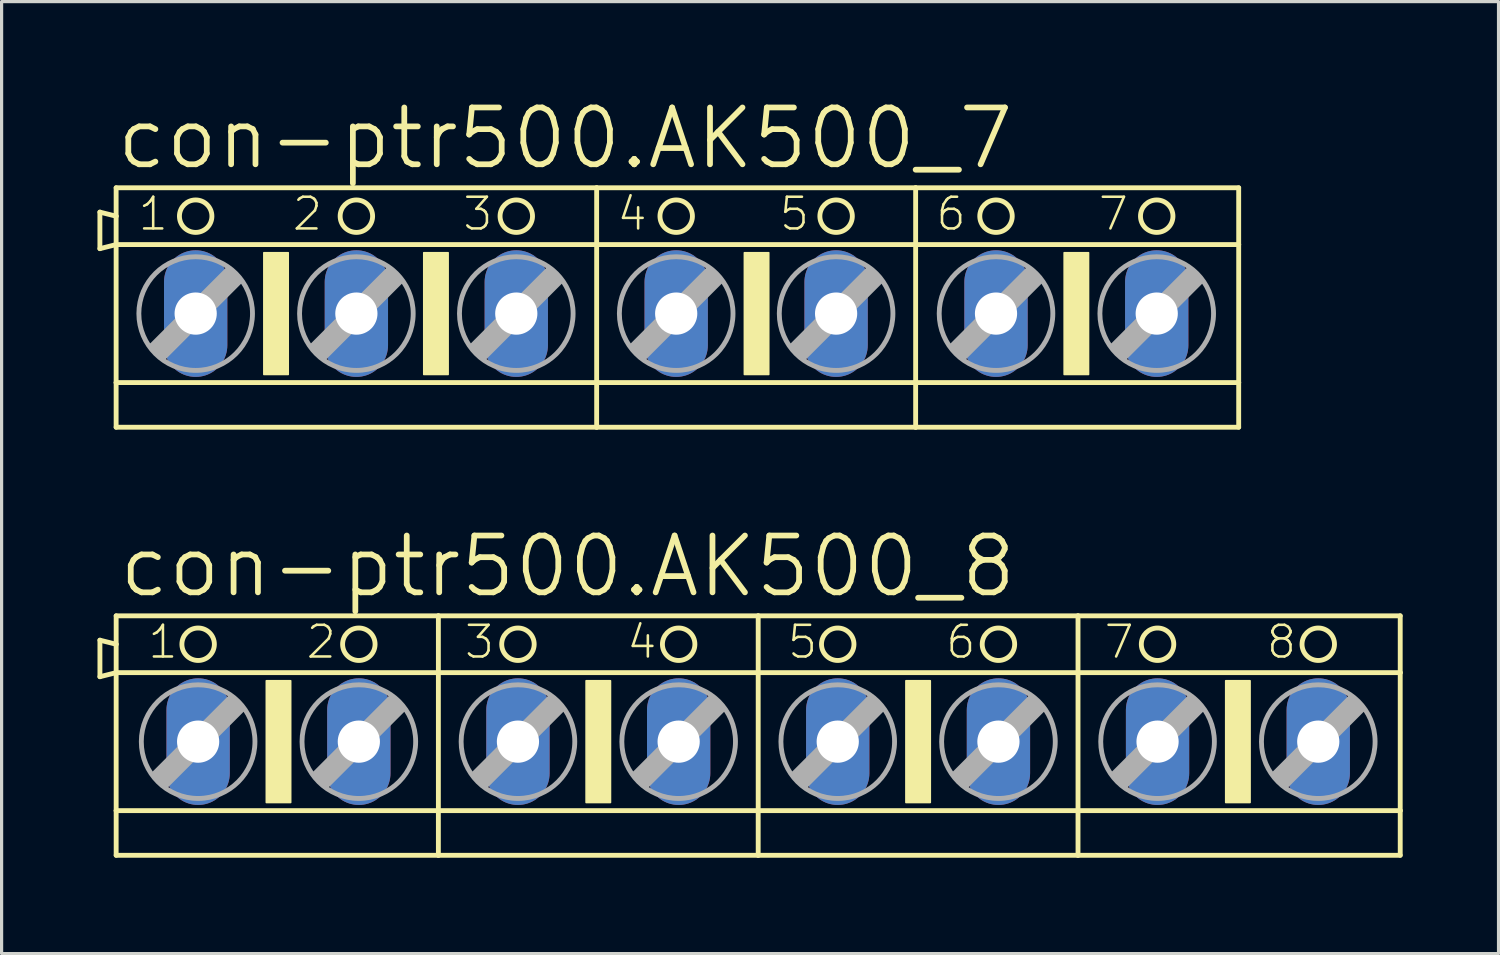
<source format=kicad_pcb>
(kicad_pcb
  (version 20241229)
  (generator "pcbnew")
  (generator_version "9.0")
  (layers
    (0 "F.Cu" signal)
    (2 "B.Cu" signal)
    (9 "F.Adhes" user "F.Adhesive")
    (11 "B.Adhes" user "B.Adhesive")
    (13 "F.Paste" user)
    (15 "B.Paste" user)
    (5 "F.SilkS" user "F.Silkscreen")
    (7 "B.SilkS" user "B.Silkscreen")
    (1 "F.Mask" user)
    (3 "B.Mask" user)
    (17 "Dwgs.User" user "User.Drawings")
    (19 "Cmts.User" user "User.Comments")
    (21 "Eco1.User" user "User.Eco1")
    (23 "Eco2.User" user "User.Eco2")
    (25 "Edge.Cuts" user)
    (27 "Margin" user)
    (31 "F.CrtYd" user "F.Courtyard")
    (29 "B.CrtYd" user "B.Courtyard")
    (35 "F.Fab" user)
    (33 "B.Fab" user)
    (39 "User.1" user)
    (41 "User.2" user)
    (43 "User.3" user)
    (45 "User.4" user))
  (footprint "con-ptr500.AK500_7"
    (layer "F.Cu")
    (at 18.11 6.763)
    (property "Reference" "con-ptr500.AK500_7" (at -17.602 -4.445 0) (layer "F.SilkS") (effects (font (size 1.778 1.778) (thickness 0.18)) (justify left bottom)))
    (attr through_hole)
    (fp_line (start -18.034 -3.175) (end -18.034 -2.032) (stroke (width 0.152) (type default)) (layer "F.SilkS"))
    (fp_line (start -18.034 -2.032) (end -17.526 -2.159) (stroke (width 0.152) (type default)) (layer "F.SilkS"))
    (fp_line (start -17.526 -3.048) (end -18.034 -3.175) (stroke (width 0.152) (type default)) (layer "F.SilkS"))
    (fp_line (start -17.526 -3.048) (end -17.526 -3.937) (stroke (width 0.152) (type default)) (layer "F.SilkS"))
    (fp_line (start -17.526 -2.159) (end -17.526 -3.048) (stroke (width 0.152) (type default)) (layer "F.SilkS"))
    (fp_line (start -17.526 -2.159) (end -2.489 -2.159) (stroke (width 0.152) (type default)) (layer "F.SilkS"))
    (fp_line (start -17.526 2.159) (end -17.526 -2.159) (stroke (width 0.152) (type default)) (layer "F.SilkS"))
    (fp_line (start -17.526 2.159) (end -2.489 2.159) (stroke (width 0.152) (type default)) (layer "F.SilkS"))
    (fp_line (start -17.526 3.556) (end -17.526 2.159) (stroke (width 0.152) (type default)) (layer "F.SilkS"))
    (fp_line (start -17.526 3.556) (end -2.489 3.556) (stroke (width 0.152) (type default)) (layer "F.SilkS"))
    (fp_line (start -2.489 -3.937) (end -17.526 -3.937) (stroke (width 0.152) (type default)) (layer "F.SilkS"))
    (fp_line (start -2.489 -2.159) (end -2.489 -3.937) (stroke (width 0.152) (type default)) (layer "F.SilkS"))
    (fp_line (start -2.489 -2.159) (end 7.493 -2.159) (stroke (width 0.152) (type default)) (layer "F.SilkS"))
    (fp_line (start -2.489 2.159) (end -2.489 -2.159) (stroke (width 0.152) (type default)) (layer "F.SilkS"))
    (fp_line (start -2.489 2.159) (end 7.493 2.159) (stroke (width 0.152) (type default)) (layer "F.SilkS"))
    (fp_line (start -2.489 3.556) (end -2.489 2.159) (stroke (width 0.152) (type default)) (layer "F.SilkS"))
    (fp_line (start -2.489 3.556) (end 7.493 3.556) (stroke (width 0.152) (type default)) (layer "F.SilkS"))
    (fp_line (start 7.493 -3.937) (end -2.489 -3.937) (stroke (width 0.152) (type default)) (layer "F.SilkS"))
    (fp_line (start 7.493 -2.159) (end 7.493 -3.937) (stroke (width 0.152) (type default)) (layer "F.SilkS"))
    (fp_line (start 7.493 -2.159) (end 17.602 -2.159) (stroke (width 0.152) (type default)) (layer "F.SilkS"))
    (fp_line (start 7.493 2.159) (end 7.493 -2.159) (stroke (width 0.152) (type default)) (layer "F.SilkS"))
    (fp_line (start 7.493 2.159) (end 17.602 2.159) (stroke (width 0.152) (type default)) (layer "F.SilkS"))
    (fp_line (start 7.493 3.556) (end 7.493 2.159) (stroke (width 0.152) (type default)) (layer "F.SilkS"))
    (fp_line (start 7.493 3.556) (end 17.602 3.556) (stroke (width 0.152) (type default)) (layer "F.SilkS"))
    (fp_line (start 17.602 -3.937) (end 7.493 -3.937) (stroke (width 0.152) (type default)) (layer "F.SilkS"))
    (fp_line (start 17.602 -3.937) (end 17.602 -2.159) (stroke (width 0.152) (type default)) (layer "F.SilkS"))
    (fp_line (start 17.602 -2.159) (end 17.602 2.159) (stroke (width 0.152) (type default)) (layer "F.SilkS"))
    (fp_line (start 17.602 2.159) (end 17.602 3.556) (stroke (width 0.152) (type default)) (layer "F.SilkS"))
    (fp_rect (start -12.903 1.905) (end -12.141 -1.905) (stroke (width 0.05) (type default)) (fill yes) (layer "F.SilkS"))
    (fp_rect (start -7.899 1.905) (end -7.137 -1.905) (stroke (width 0.05) (type default)) (fill yes) (layer "F.SilkS"))
    (fp_rect (start 2.134 1.905) (end 2.896 -1.905) (stroke (width 0.05) (type default)) (fill yes) (layer "F.SilkS"))
    (fp_rect (start 12.141 1.905) (end 12.903 -1.905) (stroke (width 0.05) (type default)) (fill yes) (layer "F.SilkS"))
    (fp_circle (center -15.037 -3.048) (end -14.529 -3.048) (stroke (width 0.152) (type default)) (fill no) (layer "F.SilkS"))
    (fp_circle (center -10.008 -3.048) (end -9.5 -3.048) (stroke (width 0.152) (type default)) (fill no) (layer "F.SilkS"))
    (fp_circle (center -5.004 -3.048) (end -4.496 -3.048) (stroke (width 0.152) (type default)) (fill no) (layer "F.SilkS"))
    (fp_circle (center 0 -3.048) (end 0.508 -3.048) (stroke (width 0.152) (type default)) (fill no) (layer "F.SilkS"))
    (fp_circle (center 5.004 -3.048) (end 5.512 -3.048) (stroke (width 0.152) (type default)) (fill no) (layer "F.SilkS"))
    (fp_circle (center 10.008 -3.048) (end 10.516 -3.048) (stroke (width 0.152) (type default)) (fill no) (layer "F.SilkS"))
    (fp_circle (center 15.037 -3.048) (end 15.545 -3.048) (stroke (width 0.152) (type default)) (fill no) (layer "F.SilkS"))
    (fp_line (start -16.434 1.016) (end -16.053 1.397) (stroke (width 0.152) (type default)) (layer "F.Fab"))
    (fp_line (start -16.434 1.016) (end -14.021 -1.397) (stroke (width 0.152) (type default)) (layer "F.Fab"))
    (fp_line (start -16.053 1.016) (end -14.021 -1.016) (stroke (width 0.61) (type default)) (layer "F.Fab"))
    (fp_line (start -16.053 1.397) (end -13.64 -1.016) (stroke (width 0.152) (type default)) (layer "F.Fab"))
    (fp_line (start -14.021 -1.397) (end -13.64 -1.016) (stroke (width 0.152) (type default)) (layer "F.Fab"))
    (fp_line (start -11.405 1.016) (end -11.024 1.397) (stroke (width 0.152) (type default)) (layer "F.Fab"))
    (fp_line (start -11.405 1.016) (end -8.992 -1.397) (stroke (width 0.152) (type default)) (layer "F.Fab"))
    (fp_line (start -11.024 1.016) (end -8.992 -1.016) (stroke (width 0.61) (type default)) (layer "F.Fab"))
    (fp_line (start -11.024 1.397) (end -8.611 -1.016) (stroke (width 0.152) (type default)) (layer "F.Fab"))
    (fp_line (start -8.992 -1.397) (end -8.611 -1.016) (stroke (width 0.152) (type default)) (layer "F.Fab"))
    (fp_line (start -6.401 1.016) (end -6.02 1.397) (stroke (width 0.152) (type default)) (layer "F.Fab"))
    (fp_line (start -6.401 1.016) (end -3.988 -1.397) (stroke (width 0.152) (type default)) (layer "F.Fab"))
    (fp_line (start -6.02 1.016) (end -3.988 -1.016) (stroke (width 0.61) (type default)) (layer "F.Fab"))
    (fp_line (start -6.02 1.397) (end -3.607 -1.016) (stroke (width 0.152) (type default)) (layer "F.Fab"))
    (fp_line (start -3.988 -1.397) (end -3.607 -1.016) (stroke (width 0.152) (type default)) (layer "F.Fab"))
    (fp_line (start -1.397 1.016) (end -1.016 1.397) (stroke (width 0.152) (type default)) (layer "F.Fab"))
    (fp_line (start -1.397 1.016) (end 1.016 -1.397) (stroke (width 0.152) (type default)) (layer "F.Fab"))
    (fp_line (start -1.016 1.016) (end 1.016 -1.016) (stroke (width 0.61) (type default)) (layer "F.Fab"))
    (fp_line (start -1.016 1.397) (end 1.397 -1.016) (stroke (width 0.152) (type default)) (layer "F.Fab"))
    (fp_line (start 1.016 -1.397) (end 1.397 -1.016) (stroke (width 0.152) (type default)) (layer "F.Fab"))
    (fp_line (start 3.607 1.016) (end 3.988 1.397) (stroke (width 0.152) (type default)) (layer "F.Fab"))
    (fp_line (start 3.607 1.016) (end 6.02 -1.397) (stroke (width 0.152) (type default)) (layer "F.Fab"))
    (fp_line (start 3.988 1.016) (end 6.02 -1.016) (stroke (width 0.61) (type default)) (layer "F.Fab"))
    (fp_line (start 3.988 1.397) (end 6.401 -1.016) (stroke (width 0.152) (type default)) (layer "F.Fab"))
    (fp_line (start 6.02 -1.397) (end 6.401 -1.016) (stroke (width 0.152) (type default)) (layer "F.Fab"))
    (fp_line (start 8.611 1.016) (end 8.992 1.397) (stroke (width 0.152) (type default)) (layer "F.Fab"))
    (fp_line (start 8.611 1.016) (end 11.024 -1.397) (stroke (width 0.152) (type default)) (layer "F.Fab"))
    (fp_line (start 8.992 1.016) (end 11.024 -1.016) (stroke (width 0.61) (type default)) (layer "F.Fab"))
    (fp_line (start 8.992 1.397) (end 11.405 -1.016) (stroke (width 0.152) (type default)) (layer "F.Fab"))
    (fp_line (start 11.024 -1.397) (end 11.405 -1.016) (stroke (width 0.152) (type default)) (layer "F.Fab"))
    (fp_line (start 13.64 1.016) (end 14.021 1.397) (stroke (width 0.152) (type default)) (layer "F.Fab"))
    (fp_line (start 13.64 1.016) (end 16.053 -1.397) (stroke (width 0.152) (type default)) (layer "F.Fab"))
    (fp_line (start 14.021 1.016) (end 16.053 -1.016) (stroke (width 0.61) (type default)) (layer "F.Fab"))
    (fp_line (start 14.021 1.397) (end 16.434 -1.016) (stroke (width 0.152) (type default)) (layer "F.Fab"))
    (fp_line (start 16.053 -1.397) (end 16.434 -1.016) (stroke (width 0.152) (type default)) (layer "F.Fab"))
    (fp_circle (center -15.037 0) (end -13.259 0) (stroke (width 0.152) (type default)) (fill no) (layer "F.Fab"))
    (fp_circle (center -10.008 0) (end -8.23 0) (stroke (width 0.152) (type default)) (fill no) (layer "F.Fab"))
    (fp_circle (center -5.004 0) (end -3.226 0) (stroke (width 0.152) (type default)) (fill no) (layer "F.Fab"))
    (fp_circle (center 0 0) (end 1.778 0) (stroke (width 0.152) (type default)) (fill no) (layer "F.Fab"))
    (fp_circle (center 5.004 0) (end 6.782 0) (stroke (width 0.152) (type default)) (fill no) (layer "F.Fab"))
    (fp_circle (center 10.008 0) (end 11.786 0) (stroke (width 0.152) (type default)) (fill no) (layer "F.Fab"))
    (fp_circle (center 15.037 0) (end 16.815 0) (stroke (width 0.152) (type default)) (fill no) (layer "F.Fab"))
    (fp_text user "2" (at -12.065 -2.54 0) (layer "F.SilkS") (effects (font (size 0.991 0.991) (thickness 0.08)) (justify left bottom)))
    (fp_text user "6" (at 8.077 -2.54 0) (layer "F.SilkS") (effects (font (size 0.991 0.991) (thickness 0.08)) (justify left bottom)))
    (fp_text user "7" (at 13.157 -2.54 0) (layer "F.SilkS") (effects (font (size 0.991 0.991) (thickness 0.08)) (justify left bottom)))
    (fp_text user "3" (at -6.731 -2.54 0) (layer "F.SilkS") (effects (font (size 0.991 0.991) (thickness 0.08)) (justify left bottom)))
    (fp_text user "4" (at -1.905 -2.54 0) (layer "F.SilkS") (effects (font (size 0.991 0.991) (thickness 0.08)) (justify left bottom)))
    (fp_text user "1" (at -16.891 -2.54 0) (layer "F.SilkS") (effects (font (size 0.991 0.991) (thickness 0.08)) (justify left bottom)))
    (fp_text user "5" (at 3.175 -2.54 0) (layer "F.SilkS") (effects (font (size 0.991 0.991) (thickness 0.08)) (justify left bottom)))
    (pad "1" thru_hole oval (at -15.037 0 90) (size 3.962 1.981) (drill 1.321) (layers "*.Cu" "*.Mask"))
    (pad "2" thru_hole oval (at -10.008 0 90) (size 3.962 1.981) (drill 1.321) (layers "*.Cu" "*.Mask"))
    (pad "3" thru_hole oval (at -5.004 0 90) (size 3.962 1.981) (drill 1.321) (layers "*.Cu" "*.Mask"))
    (pad "4" thru_hole oval (at 0 0 90) (size 3.962 1.981) (drill 1.321) (layers "*.Cu" "*.Mask"))
    (pad "5" thru_hole oval (at 5.004 0 90) (size 3.962 1.981) (drill 1.321) (layers "*.Cu" "*.Mask"))
    (pad "6" thru_hole oval (at 10.008 0 90) (size 3.962 1.981) (drill 1.321) (layers "*.Cu" "*.Mask"))
    (pad "7" thru_hole oval (at 15.037 0 90) (size 3.962 1.981) (drill 1.321) (layers "*.Cu" "*.Mask")))
  (footprint "con-ptr500.AK500_8"
    (layer "F.Cu")
    (at 20.676 20.158)
    (property "Reference" "con-ptr500.AK500_8" (at -20.091 -4.445 0) (layer "F.SilkS") (effects (font (size 1.778 1.778) (thickness 0.18)) (justify left bottom)))
    (attr through_hole)
    (fp_line (start -20.599 -3.175) (end -20.599 -2.032) (stroke (width 0.152) (type default)) (layer "F.SilkS"))
    (fp_line (start -20.599 -2.032) (end -20.091 -2.159) (stroke (width 0.152) (type default)) (layer "F.SilkS"))
    (fp_line (start -20.091 -3.048) (end -20.599 -3.175) (stroke (width 0.152) (type default)) (layer "F.SilkS"))
    (fp_line (start -20.091 -3.048) (end -20.091 -3.937) (stroke (width 0.152) (type default)) (layer "F.SilkS"))
    (fp_line (start -20.091 -2.159) (end -20.091 -3.048) (stroke (width 0.152) (type default)) (layer "F.SilkS"))
    (fp_line (start -20.091 -2.159) (end -10.008 -2.159) (stroke (width 0.152) (type default)) (layer "F.SilkS"))
    (fp_line (start -20.091 2.159) (end -20.091 -2.159) (stroke (width 0.152) (type default)) (layer "F.SilkS"))
    (fp_line (start -20.091 2.159) (end -10.008 2.159) (stroke (width 0.152) (type default)) (layer "F.SilkS"))
    (fp_line (start -20.091 3.556) (end -20.091 2.159) (stroke (width 0.152) (type default)) (layer "F.SilkS"))
    (fp_line (start -20.091 3.556) (end -10.008 3.556) (stroke (width 0.152) (type default)) (layer "F.SilkS"))
    (fp_line (start -10.008 -3.937) (end -20.091 -3.937) (stroke (width 0.152) (type default)) (layer "F.SilkS"))
    (fp_line (start -10.008 -2.159) (end -10.008 -3.937) (stroke (width 0.152) (type default)) (layer "F.SilkS"))
    (fp_line (start -10.008 -2.159) (end 0 -2.159) (stroke (width 0.152) (type default)) (layer "F.SilkS"))
    (fp_line (start -10.008 2.159) (end -10.008 -2.159) (stroke (width 0.152) (type default)) (layer "F.SilkS"))
    (fp_line (start -10.008 2.159) (end 0 2.159) (stroke (width 0.152) (type default)) (layer "F.SilkS"))
    (fp_line (start -10.008 3.556) (end -10.008 2.159) (stroke (width 0.152) (type default)) (layer "F.SilkS"))
    (fp_line (start -10.008 3.556) (end 0 3.556) (stroke (width 0.152) (type default)) (layer "F.SilkS"))
    (fp_line (start 0 -3.937) (end -10.008 -3.937) (stroke (width 0.152) (type default)) (layer "F.SilkS"))
    (fp_line (start 0 -2.159) (end 0 -3.937) (stroke (width 0.152) (type default)) (layer "F.SilkS"))
    (fp_line (start 0 -2.159) (end 10.008 -2.159) (stroke (width 0.152) (type default)) (layer "F.SilkS"))
    (fp_line (start 0 2.159) (end 0 -2.159) (stroke (width 0.152) (type default)) (layer "F.SilkS"))
    (fp_line (start 0 2.159) (end 10.008 2.159) (stroke (width 0.152) (type default)) (layer "F.SilkS"))
    (fp_line (start 0 3.556) (end 0 2.159) (stroke (width 0.152) (type default)) (layer "F.SilkS"))
    (fp_line (start 0 3.556) (end 10.008 3.556) (stroke (width 0.152) (type default)) (layer "F.SilkS"))
    (fp_line (start 10.008 -3.937) (end 0 -3.937) (stroke (width 0.152) (type default)) (layer "F.SilkS"))
    (fp_line (start 10.008 -2.159) (end 10.008 -3.937) (stroke (width 0.152) (type default)) (layer "F.SilkS"))
    (fp_line (start 10.008 -2.159) (end 20.091 -2.159) (stroke (width 0.152) (type default)) (layer "F.SilkS"))
    (fp_line (start 10.008 2.159) (end 10.008 -2.159) (stroke (width 0.152) (type default)) (layer "F.SilkS"))
    (fp_line (start 10.008 2.159) (end 20.091 2.159) (stroke (width 0.152) (type default)) (layer "F.SilkS"))
    (fp_line (start 10.008 3.556) (end 10.008 2.159) (stroke (width 0.152) (type default)) (layer "F.SilkS"))
    (fp_line (start 10.008 3.556) (end 20.091 3.556) (stroke (width 0.152) (type default)) (layer "F.SilkS"))
    (fp_line (start 20.091 -3.937) (end 10.008 -3.937) (stroke (width 0.152) (type default)) (layer "F.SilkS"))
    (fp_line (start 20.091 -3.937) (end 20.091 -2.159) (stroke (width 0.152) (type default)) (layer "F.SilkS"))
    (fp_line (start 20.091 -2.159) (end 20.091 2.159) (stroke (width 0.152) (type default)) (layer "F.SilkS"))
    (fp_line (start 20.091 2.159) (end 20.091 3.556) (stroke (width 0.152) (type default)) (layer "F.SilkS"))
    (fp_rect (start -15.392 1.905) (end -14.63 -1.905) (stroke (width 0.05) (type default)) (fill yes) (layer "F.SilkS"))
    (fp_rect (start -5.385 1.905) (end -4.623 -1.905) (stroke (width 0.05) (type default)) (fill yes) (layer "F.SilkS"))
    (fp_rect (start 4.623 1.905) (end 5.385 -1.905) (stroke (width 0.05) (type default)) (fill yes) (layer "F.SilkS"))
    (fp_rect (start 14.63 1.905) (end 15.392 -1.905) (stroke (width 0.05) (type default)) (fill yes) (layer "F.SilkS"))
    (fp_circle (center -17.526 -3.048) (end -17.018 -3.048) (stroke (width 0.152) (type default)) (fill no) (layer "F.SilkS"))
    (fp_circle (center -12.497 -3.048) (end -11.989 -3.048) (stroke (width 0.152) (type default)) (fill no) (layer "F.SilkS"))
    (fp_circle (center -7.518 -3.048) (end -7.01 -3.048) (stroke (width 0.152) (type default)) (fill no) (layer "F.SilkS"))
    (fp_circle (center -2.489 -3.048) (end -1.981 -3.048) (stroke (width 0.152) (type default)) (fill no) (layer "F.SilkS"))
    (fp_circle (center 2.489 -3.048) (end 2.997 -3.048) (stroke (width 0.152) (type default)) (fill no) (layer "F.SilkS"))
    (fp_circle (center 7.518 -3.048) (end 8.026 -3.048) (stroke (width 0.152) (type default)) (fill no) (layer "F.SilkS"))
    (fp_circle (center 12.497 -3.048) (end 13.005 -3.048) (stroke (width 0.152) (type default)) (fill no) (layer "F.SilkS"))
    (fp_circle (center 17.526 -3.048) (end 18.034 -3.048) (stroke (width 0.152) (type default)) (fill no) (layer "F.SilkS"))
    (fp_line (start -18.923 1.016) (end -18.542 1.397) (stroke (width 0.152) (type default)) (layer "F.Fab"))
    (fp_line (start -18.923 1.016) (end -16.51 -1.397) (stroke (width 0.152) (type default)) (layer "F.Fab"))
    (fp_line (start -18.542 1.016) (end -16.51 -1.016) (stroke (width 0.61) (type default)) (layer "F.Fab"))
    (fp_line (start -18.542 1.397) (end -16.129 -1.016) (stroke (width 0.152) (type default)) (layer "F.Fab"))
    (fp_line (start -16.51 -1.397) (end -16.129 -1.016) (stroke (width 0.152) (type default)) (layer "F.Fab"))
    (fp_line (start -13.894 1.016) (end -13.513 1.397) (stroke (width 0.152) (type default)) (layer "F.Fab"))
    (fp_line (start -13.894 1.016) (end -11.481 -1.397) (stroke (width 0.152) (type default)) (layer "F.Fab"))
    (fp_line (start -13.513 1.016) (end -11.481 -1.016) (stroke (width 0.61) (type default)) (layer "F.Fab"))
    (fp_line (start -13.513 1.397) (end -11.1 -1.016) (stroke (width 0.152) (type default)) (layer "F.Fab"))
    (fp_line (start -11.481 -1.397) (end -11.1 -1.016) (stroke (width 0.152) (type default)) (layer "F.Fab"))
    (fp_line (start -8.915 1.016) (end -8.534 1.397) (stroke (width 0.152) (type default)) (layer "F.Fab"))
    (fp_line (start -8.915 1.016) (end -6.502 -1.397) (stroke (width 0.152) (type default)) (layer "F.Fab"))
    (fp_line (start -8.534 1.016) (end -6.502 -1.016) (stroke (width 0.61) (type default)) (layer "F.Fab"))
    (fp_line (start -8.534 1.397) (end -6.121 -1.016) (stroke (width 0.152) (type default)) (layer "F.Fab"))
    (fp_line (start -6.502 -1.397) (end -6.121 -1.016) (stroke (width 0.152) (type default)) (layer "F.Fab"))
    (fp_line (start -3.886 1.016) (end -3.505 1.397) (stroke (width 0.152) (type default)) (layer "F.Fab"))
    (fp_line (start -3.886 1.016) (end -1.473 -1.397) (stroke (width 0.152) (type default)) (layer "F.Fab"))
    (fp_line (start -3.505 1.016) (end -1.473 -1.016) (stroke (width 0.61) (type default)) (layer "F.Fab"))
    (fp_line (start -3.505 1.397) (end -1.092 -1.016) (stroke (width 0.152) (type default)) (layer "F.Fab"))
    (fp_line (start -1.473 -1.397) (end -1.092 -1.016) (stroke (width 0.152) (type default)) (layer "F.Fab"))
    (fp_line (start 1.092 1.016) (end 1.473 1.397) (stroke (width 0.152) (type default)) (layer "F.Fab"))
    (fp_line (start 1.092 1.016) (end 3.505 -1.397) (stroke (width 0.152) (type default)) (layer "F.Fab"))
    (fp_line (start 1.473 1.016) (end 3.505 -1.016) (stroke (width 0.61) (type default)) (layer "F.Fab"))
    (fp_line (start 1.473 1.397) (end 3.886 -1.016) (stroke (width 0.152) (type default)) (layer "F.Fab"))
    (fp_line (start 3.505 -1.397) (end 3.886 -1.016) (stroke (width 0.152) (type default)) (layer "F.Fab"))
    (fp_line (start 6.121 1.016) (end 6.502 1.397) (stroke (width 0.152) (type default)) (layer "F.Fab"))
    (fp_line (start 6.121 1.016) (end 8.534 -1.397) (stroke (width 0.152) (type default)) (layer "F.Fab"))
    (fp_line (start 6.502 1.016) (end 8.534 -1.016) (stroke (width 0.61) (type default)) (layer "F.Fab"))
    (fp_line (start 6.502 1.397) (end 8.915 -1.016) (stroke (width 0.152) (type default)) (layer "F.Fab"))
    (fp_line (start 8.534 -1.397) (end 8.915 -1.016) (stroke (width 0.152) (type default)) (layer "F.Fab"))
    (fp_line (start 11.1 1.016) (end 11.481 1.397) (stroke (width 0.152) (type default)) (layer "F.Fab"))
    (fp_line (start 11.1 1.016) (end 13.513 -1.397) (stroke (width 0.152) (type default)) (layer "F.Fab"))
    (fp_line (start 11.481 1.016) (end 13.513 -1.016) (stroke (width 0.61) (type default)) (layer "F.Fab"))
    (fp_line (start 11.481 1.397) (end 13.894 -1.016) (stroke (width 0.152) (type default)) (layer "F.Fab"))
    (fp_line (start 13.513 -1.397) (end 13.894 -1.016) (stroke (width 0.152) (type default)) (layer "F.Fab"))
    (fp_line (start 16.129 1.016) (end 16.51 1.397) (stroke (width 0.152) (type default)) (layer "F.Fab"))
    (fp_line (start 16.129 1.016) (end 18.542 -1.397) (stroke (width 0.152) (type default)) (layer "F.Fab"))
    (fp_line (start 16.51 1.016) (end 18.542 -1.016) (stroke (width 0.61) (type default)) (layer "F.Fab"))
    (fp_line (start 16.51 1.397) (end 18.923 -1.016) (stroke (width 0.152) (type default)) (layer "F.Fab"))
    (fp_line (start 18.542 -1.397) (end 18.923 -1.016) (stroke (width 0.152) (type default)) (layer "F.Fab"))
    (fp_circle (center -17.526 0) (end -15.748 0) (stroke (width 0.152) (type default)) (fill no) (layer "F.Fab"))
    (fp_circle (center -12.497 0) (end -10.719 0) (stroke (width 0.152) (type default)) (fill no) (layer "F.Fab"))
    (fp_circle (center -7.518 0) (end -5.74 0) (stroke (width 0.152) (type default)) (fill no) (layer "F.Fab"))
    (fp_circle (center -2.489 0) (end -0.711 0) (stroke (width 0.152) (type default)) (fill no) (layer "F.Fab"))
    (fp_circle (center 2.489 0) (end 4.267 0) (stroke (width 0.152) (type default)) (fill no) (layer "F.Fab"))
    (fp_circle (center 7.518 0) (end 9.296 0) (stroke (width 0.152) (type default)) (fill no) (layer "F.Fab"))
    (fp_circle (center 12.497 0) (end 14.275 0) (stroke (width 0.152) (type default)) (fill no) (layer "F.Fab"))
    (fp_circle (center 17.526 0) (end 19.304 0) (stroke (width 0.152) (type default)) (fill no) (layer "F.Fab"))
    (fp_text user "3" (at -9.246 -2.54 0) (layer "F.SilkS") (effects (font (size 0.991 0.991) (thickness 0.08)) (justify left bottom)))
    (fp_text user "8" (at 15.85 -2.54 0) (layer "F.SilkS") (effects (font (size 0.991 0.991) (thickness 0.08)) (justify left bottom)))
    (fp_text user "1" (at -19.152 -2.54 0) (layer "F.SilkS") (effects (font (size 0.991 0.991) (thickness 0.08)) (justify left bottom)))
    (fp_text user "5" (at 0.864 -2.54 0) (layer "F.SilkS") (effects (font (size 0.991 0.991) (thickness 0.08)) (justify left bottom)))
    (fp_text user "6" (at 5.817 -2.54 0) (layer "F.SilkS") (effects (font (size 0.991 0.991) (thickness 0.08)) (justify left bottom)))
    (fp_text user "2" (at -14.199 -2.54 0) (layer "F.SilkS") (effects (font (size 0.991 0.991) (thickness 0.08)) (justify left bottom)))
    (fp_text user "7" (at 10.77 -2.54 0) (layer "F.SilkS") (effects (font (size 0.991 0.991) (thickness 0.08)) (justify left bottom)))
    (fp_text user "4" (at -4.166 -2.54 0) (layer "F.SilkS") (effects (font (size 0.991 0.991) (thickness 0.08)) (justify left bottom)))
    (pad "1" thru_hole oval (at -17.526 0 90) (size 3.962 1.981) (drill 1.321) (layers "*.Cu" "*.Mask"))
    (pad "2" thru_hole oval (at -12.497 0 90) (size 3.962 1.981) (drill 1.321) (layers "*.Cu" "*.Mask"))
    (pad "3" thru_hole oval (at -7.518 0 90) (size 3.962 1.981) (drill 1.321) (layers "*.Cu" "*.Mask"))
    (pad "4" thru_hole oval (at -2.489 0 90) (size 3.962 1.981) (drill 1.321) (layers "*.Cu" "*.Mask"))
    (pad "5" thru_hole oval (at 2.489 0 90) (size 3.962 1.981) (drill 1.321) (layers "*.Cu" "*.Mask"))
    (pad "6" thru_hole oval (at 7.518 0 90) (size 3.962 1.981) (drill 1.321) (layers "*.Cu" "*.Mask"))
    (pad "7" thru_hole oval (at 12.497 0 90) (size 3.962 1.981) (drill 1.321) (layers "*.Cu" "*.Mask"))
    (pad "8" thru_hole oval (at 17.526 0 90) (size 3.962 1.981) (drill 1.321) (layers "*.Cu" "*.Mask")))
  (gr_rect
    (start -3 -3)
    (end 43.843 26.79)
    (stroke (width 0.1) (type default))
    (fill no)
    (layer "Edge.Cuts")))
</source>
